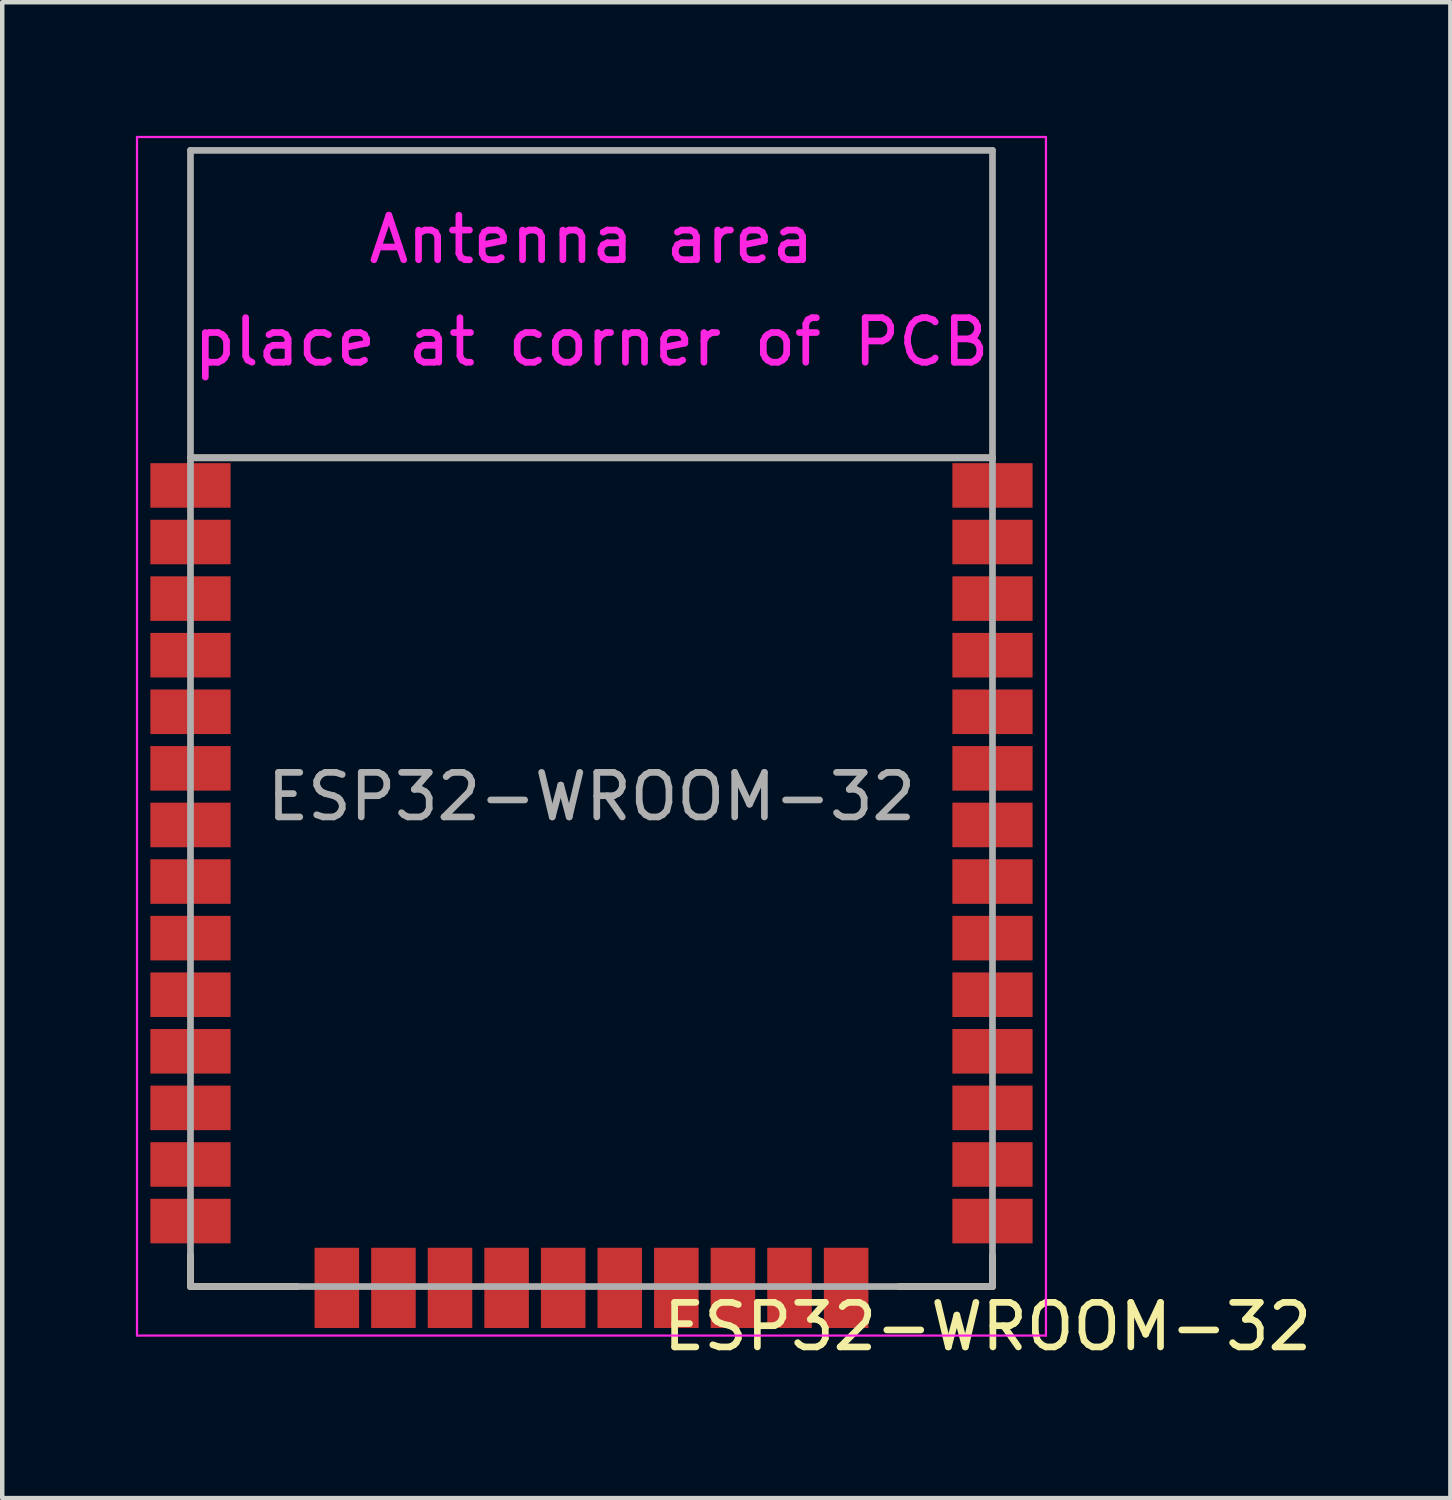
<source format=kicad_pcb>
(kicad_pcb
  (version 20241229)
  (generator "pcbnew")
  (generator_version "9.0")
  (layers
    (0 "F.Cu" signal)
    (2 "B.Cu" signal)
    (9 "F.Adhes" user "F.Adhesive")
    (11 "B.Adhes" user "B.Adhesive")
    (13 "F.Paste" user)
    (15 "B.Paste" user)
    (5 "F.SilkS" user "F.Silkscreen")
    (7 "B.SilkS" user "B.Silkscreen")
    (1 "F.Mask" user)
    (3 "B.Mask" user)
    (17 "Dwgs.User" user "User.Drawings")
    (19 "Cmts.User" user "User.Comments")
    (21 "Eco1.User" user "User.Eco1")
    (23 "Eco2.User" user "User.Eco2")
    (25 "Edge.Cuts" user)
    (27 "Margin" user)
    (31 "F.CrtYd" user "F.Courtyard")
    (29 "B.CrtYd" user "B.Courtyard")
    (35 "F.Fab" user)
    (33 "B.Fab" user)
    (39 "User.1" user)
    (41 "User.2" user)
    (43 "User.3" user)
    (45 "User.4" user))
  (footprint "ESP32-WROOM-32"
    (layer "F.Cu")
    (at 10.225 12.925)
    (property "Reference" "ESP32-WROOM-32" (at 8.89 13.8 180) (layer "F.SilkS") (effects (font (size 1 1) (thickness 0.15))))
    (attr through_hole)
    (fp_line (start -9 -5.7) (end 9 -5.7) (stroke (width 0.15) (type solid)) (layer "F.SilkS"))
    (fp_line (start -9 12.2) (end -9 12.9) (stroke (width 0.15) (type solid)) (layer "F.SilkS"))
    (fp_line (start -9 12.9) (end -6.6 12.9) (stroke (width 0.15) (type solid)) (layer "F.SilkS"))
    (fp_line (start 6.9 12.9) (end 9 12.9) (stroke (width 0.15) (type solid)) (layer "F.SilkS"))
    (fp_line (start 9 12.9) (end 9 12.2) (stroke (width 0.15) (type solid)) (layer "F.SilkS"))
    (fp_line (start -10.2 -12.9) (end 10.2 -12.9) (stroke (width 0.05) (type solid)) (layer "F.CrtYd"))
    (fp_line (start -10.2 14) (end -10.2 -12.9) (stroke (width 0.05) (type solid)) (layer "F.CrtYd"))
    (fp_line (start 10.2 -12.9) (end 10.2 14) (stroke (width 0.05) (type solid)) (layer "F.CrtYd"))
    (fp_line (start 10.2 14) (end -10.2 14) (stroke (width 0.05) (type solid)) (layer "F.CrtYd"))
    (fp_line (start -9 -12.6) (end 9 -12.6) (stroke (width 0.15) (type solid)) (layer "F.Fab"))
    (fp_line (start -9 -5.7) (end 9 -5.7) (stroke (width 0.15) (type solid)) (layer "F.Fab"))
    (fp_line (start -9 12.9) (end -9 -12.6) (stroke (width 0.15) (type solid)) (layer "F.Fab"))
    (fp_line (start -9 12.9) (end 9 12.9) (stroke (width 0.15) (type solid)) (layer "F.Fab"))
    (fp_line (start 9 -12.6) (end 9 12.9) (stroke (width 0.15) (type solid)) (layer "F.Fab"))
    (fp_text user "place at corner of PCB" (at 0 -8.3 0) (layer "F.CrtYd") (effects (font (size 1 1) (thickness 0.15))))
    (fp_text user "Antenna area" (at 0 -10.6 0) (layer "F.CrtYd") (effects (font (size 1 1) (thickness 0.15))))
    (fp_text user "${REFERENCE}" (at 0 1.905 0) (layer "F.Fab") (effects (font (size 1 1) (thickness 0.15))))
    (pad "1" smd rect (at -9 -5.08) (size 1.8 1) (layers "F.Cu" "F.Mask" "F.Paste"))
    (pad "2" smd rect (at -9 -3.81) (size 1.8 1) (layers "F.Cu" "F.Mask" "F.Paste"))
    (pad "3" smd rect (at -9 -2.54) (size 1.8 1) (layers "F.Cu" "F.Mask" "F.Paste"))
    (pad "4" smd rect (at -9 -1.27) (size 1.8 1) (layers "F.Cu" "F.Mask" "F.Paste"))
    (pad "5" smd rect (at -9 0) (size 1.8 1) (layers "F.Cu" "F.Mask" "F.Paste"))
    (pad "6" smd rect (at -9 1.27) (size 1.8 1) (layers "F.Cu" "F.Mask" "F.Paste"))
    (pad "7" smd rect (at -9 2.54) (size 1.8 1) (layers "F.Cu" "F.Mask" "F.Paste"))
    (pad "8" smd rect (at -9 3.81) (size 1.8 1) (layers "F.Cu" "F.Mask" "F.Paste"))
    (pad "9" smd rect (at -9 5.08) (size 1.8 1) (layers "F.Cu" "F.Mask" "F.Paste"))
    (pad "10" smd rect (at -9 6.35) (size 1.8 1) (layers "F.Cu" "F.Mask" "F.Paste"))
    (pad "11" smd rect (at -9 7.62) (size 1.8 1) (layers "F.Cu" "F.Mask" "F.Paste"))
    (pad "12" smd rect (at -9 8.89) (size 1.8 1) (layers "F.Cu" "F.Mask" "F.Paste"))
    (pad "13" smd rect (at -9 10.16) (size 1.8 1) (layers "F.Cu" "F.Mask" "F.Paste"))
    (pad "14" smd rect (at -9 11.43) (size 1.8 1) (layers "F.Cu" "F.Mask" "F.Paste"))
    (pad "15" smd rect (at -5.715 12.93 90) (size 1.8 1) (layers "F.Cu" "F.Mask" "F.Paste"))
    (pad "16" smd rect (at -4.445 12.93 90) (size 1.8 1) (layers "F.Cu" "F.Mask" "F.Paste"))
    (pad "17" smd rect (at -3.175 12.93 90) (size 1.8 1) (layers "F.Cu" "F.Mask" "F.Paste"))
    (pad "18" smd rect (at -1.905 12.93 90) (size 1.8 1) (layers "F.Cu" "F.Mask" "F.Paste"))
    (pad "19" smd rect (at -0.635 12.93 90) (size 1.8 1) (layers "F.Cu" "F.Mask" "F.Paste"))
    (pad "20" smd rect (at 0.635 12.93 90) (size 1.8 1) (layers "F.Cu" "F.Mask" "F.Paste"))
    (pad "21" smd rect (at 1.905 12.93 90) (size 1.8 1) (layers "F.Cu" "F.Mask" "F.Paste"))
    (pad "22" smd rect (at 3.175 12.93 90) (size 1.8 1) (layers "F.Cu" "F.Mask" "F.Paste"))
    (pad "23" smd rect (at 4.445 12.93 90) (size 1.8 1) (layers "F.Cu" "F.Mask" "F.Paste"))
    (pad "24" smd rect (at 5.715 12.93 90) (size 1.8 1) (layers "F.Cu" "F.Mask" "F.Paste"))
    (pad "25" smd rect (at 9 11.43 180) (size 1.8 1) (layers "F.Cu" "F.Mask" "F.Paste"))
    (pad "26" smd rect (at 9 10.16) (size 1.8 1) (layers "F.Cu" "F.Mask" "F.Paste"))
    (pad "27" smd rect (at 9 8.89) (size 1.8 1) (layers "F.Cu" "F.Mask" "F.Paste"))
    (pad "28" smd rect (at 9 7.62) (size 1.8 1) (layers "F.Cu" "F.Mask" "F.Paste"))
    (pad "29" smd rect (at 9 6.35) (size 1.8 1) (layers "F.Cu" "F.Mask" "F.Paste"))
    (pad "30" smd rect (at 9 5.08) (size 1.8 1) (layers "F.Cu" "F.Mask" "F.Paste"))
    (pad "31" smd rect (at 9 3.81) (size 1.8 1) (layers "F.Cu" "F.Mask" "F.Paste"))
    (pad "32" smd rect (at 9 2.54) (size 1.8 1) (layers "F.Cu" "F.Mask" "F.Paste"))
    (pad "33" smd rect (at 9 1.27) (size 1.8 1) (layers "F.Cu" "F.Mask" "F.Paste"))
    (pad "34" smd rect (at 9 0) (size 1.8 1) (layers "F.Cu" "F.Mask" "F.Paste"))
    (pad "35" smd rect (at 9 -1.27) (size 1.8 1) (layers "F.Cu" "F.Mask" "F.Paste"))
    (pad "36" smd rect (at 9 -2.54) (size 1.8 1) (layers "F.Cu" "F.Mask" "F.Paste"))
    (pad "37" smd rect (at 9 -3.81) (size 1.8 1) (layers "F.Cu" "F.Mask" "F.Paste"))
    (pad "38" smd rect (at 9 -5.08) (size 1.8 1) (layers "F.Cu" "F.Mask" "F.Paste")))
  (gr_rect
    (start -3 -3)
    (end 29.502 30.573)
    (stroke (width 0.1) (type default))
    (fill no)
    (layer "Edge.Cuts")))
</source>
